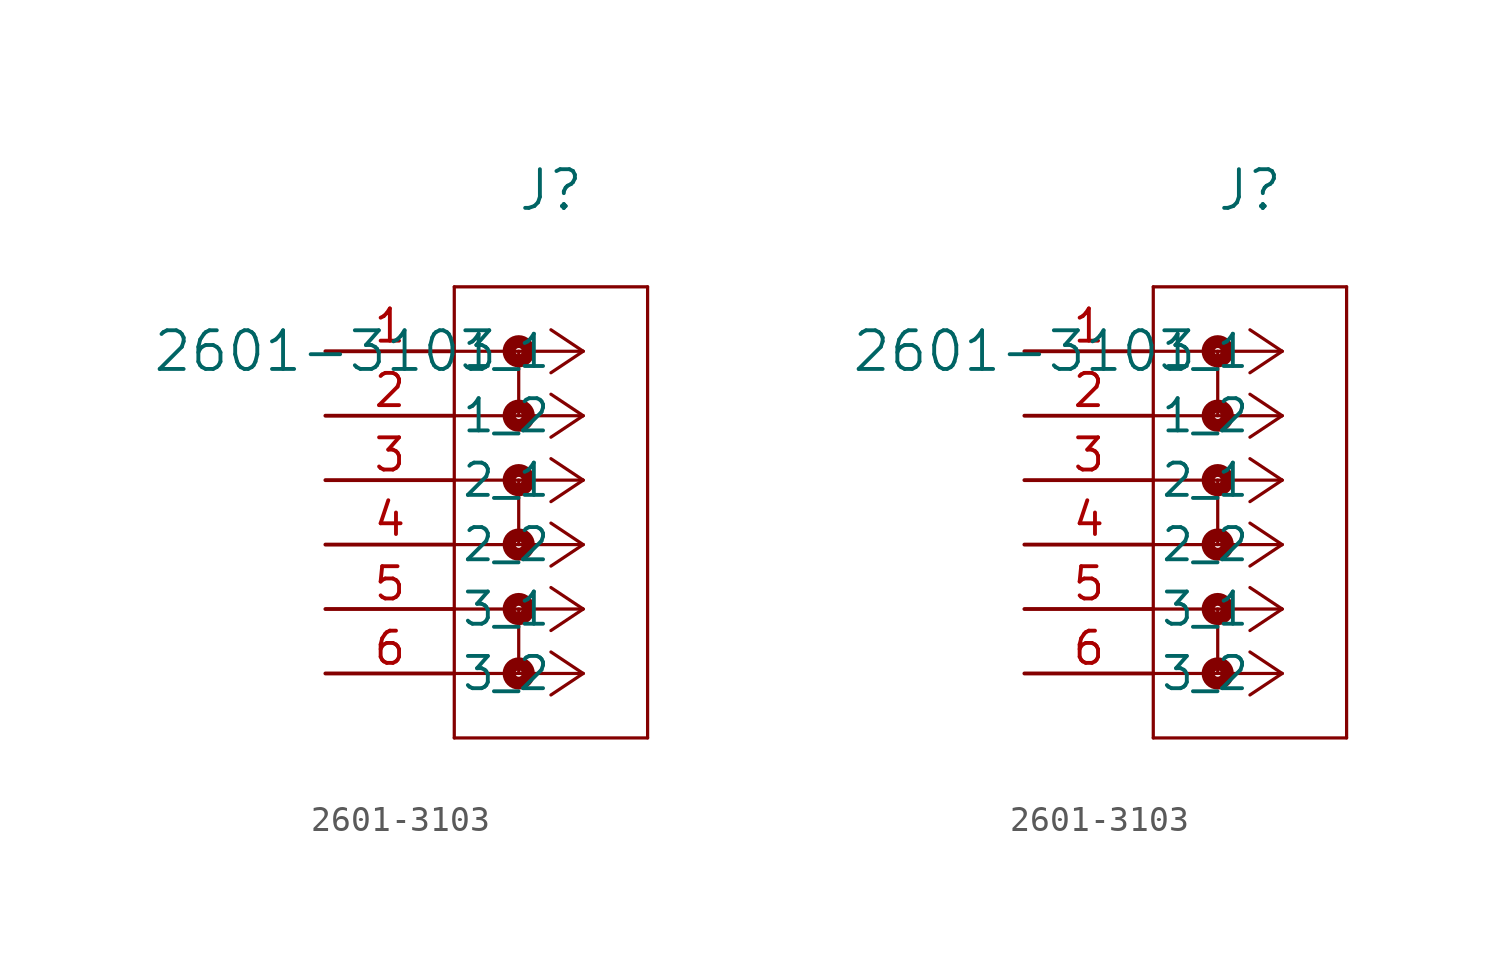
<source format=kicad_sym>
(kicad_symbol_lib
  (version 20211014)
  (generator kicad_symbol_editor)
  (symbol "2601-3103"
    (pin_names
      (offset 0.254))
    (property "Reference" "J"
      (at 8.89 6.35 0)
      (effects (font (size 1.524 1.524))))
    (property "Value" "2601-3103"
      (at 0 0 0)
      (effects (font (size 1.524 1.524))))
    (symbol "2601-3103_1_1"
      (polyline (pts (xy 10.16 0) (xy 5.08 0)) (stroke (width 0.127) (type default) (color 0 0 0 0)) (fill (type none)))
      (polyline (pts (xy 10.16 -2.54) (xy 5.08 -2.54)) (stroke (width 0.127) (type default) (color 0 0 0 0)) (fill (type none)))
      (polyline (pts (xy 10.16 -5.08) (xy 5.08 -5.08)) (stroke (width 0.127) (type default) (color 0 0 0 0)) (fill (type none)))
      (polyline (pts (xy 10.16 -7.62) (xy 5.08 -7.62)) (stroke (width 0.127) (type default) (color 0 0 0 0)) (fill (type none)))
      (polyline (pts (xy 10.16 -10.16) (xy 5.08 -10.16)) (stroke (width 0.127) (type default) (color 0 0 0 0)) (fill (type none)))
      (polyline (pts (xy 10.16 -12.7) (xy 5.08 -12.7)) (stroke (width 0.127) (type default) (color 0 0 0 0)) (fill (type none)))
      (polyline (pts (xy 10.16 0) (xy 8.89 0.847)) (stroke (width 0.127) (type default) (color 0 0 0 0)) (fill (type none)))
      (polyline (pts (xy 10.16 -2.54) (xy 8.89 -1.693)) (stroke (width 0.127) (type default) (color 0 0 0 0)) (fill (type none)))
      (polyline (pts (xy 10.16 -5.08) (xy 8.89 -4.233)) (stroke (width 0.127) (type default) (color 0 0 0 0)) (fill (type none)))
      (polyline (pts (xy 10.16 -7.62) (xy 8.89 -6.773)) (stroke (width 0.127) (type default) (color 0 0 0 0)) (fill (type none)))
      (polyline (pts (xy 10.16 -10.16) (xy 8.89 -9.313)) (stroke (width 0.127) (type default) (color 0 0 0 0)) (fill (type none)))
      (polyline (pts (xy 10.16 -12.7) (xy 8.89 -11.853)) (stroke (width 0.127) (type default) (color 0 0 0 0)) (fill (type none)))
      (polyline (pts (xy 10.16 0) (xy 8.89 -0.847)) (stroke (width 0.127) (type default) (color 0 0 0 0)) (fill (type none)))
      (polyline (pts (xy 10.16 -2.54) (xy 8.89 -3.387)) (stroke (width 0.127) (type default) (color 0 0 0 0)) (fill (type none)))
      (polyline (pts (xy 10.16 -5.08) (xy 8.89 -5.927)) (stroke (width 0.127) (type default) (color 0 0 0 0)) (fill (type none)))
      (polyline (pts (xy 10.16 -7.62) (xy 8.89 -8.467)) (stroke (width 0.127) (type default) (color 0 0 0 0)) (fill (type none)))
      (polyline (pts (xy 10.16 -10.16) (xy 8.89 -11.007)) (stroke (width 0.127) (type default) (color 0 0 0 0)) (fill (type none)))
      (polyline (pts (xy 10.16 -12.7) (xy 8.89 -13.547)) (stroke (width 0.127) (type default) (color 0 0 0 0)) (fill (type none)))
      (polyline (pts (xy 5.08 2.54) (xy 5.08 -15.24)) (stroke (width 0.127) (type default) (color 0 0 0 0)) (fill (type none)))
      (polyline (pts (xy 5.08 -15.24) (xy 12.7 -15.24)) (stroke (width 0.127) (type default) (color 0 0 0 0)) (fill (type none)))
      (polyline (pts (xy 12.7 -15.24) (xy 12.7 2.54)) (stroke (width 0.127) (type default) (color 0 0 0 0)) (fill (type none)))
      (polyline (pts (xy 12.7 2.54) (xy 5.08 2.54)) (stroke (width 0.127) (type default) (color 0 0 0 0)) (fill (type none)))
      (circle (center 7.62 0) (radius 0.127) (stroke (width 0.508) (type default) (color 0 0 0 0)) (fill (type none)))
      (polyline (pts (xy 7.62 0) (xy 7.62 -2.54)) (stroke (width 0.127) (type default) (color 0 0 0 0)) (fill (type none)))
      (circle (center 7.62 -2.54) (radius 0.127) (stroke (width 0.508) (type default) (color 0 0 0 0)) (fill (type none)))
      (circle (center 7.62 -5.08) (radius 0.127) (stroke (width 0.508) (type default) (color 0 0 0 0)) (fill (type none)))
      (polyline (pts (xy 7.62 -5.08) (xy 7.62 -7.62)) (stroke (width 0.127) (type default) (color 0 0 0 0)) (fill (type none)))
      (circle (center 7.62 -7.62) (radius 0.127) (stroke (width 0.508) (type default) (color 0 0 0 0)) (fill (type none)))
      (circle (center 7.62 -10.16) (radius 0.127) (stroke (width 0.508) (type default) (color 0 0 0 0)) (fill (type none)))
      (polyline (pts (xy 7.62 -10.16) (xy 7.62 -12.7)) (stroke (width 0.127) (type default) (color 0 0 0 0)) (fill (type none)))
      (circle (center 7.62 -12.7) (radius 0.127) (stroke (width 0.508) (type default) (color 0 0 0 0)) (fill (type none)))
      (pin unspecified line (at 0 0 0) (length 5.08) (name "1_1" (effects (font (size 1.27 1.27)))) (number "1" (effects (font (size 1.27 1.27)))))
      (pin unspecified line (at 0 -2.54 0) (length 5.08) (name "1_2" (effects (font (size 1.27 1.27)))) (number "2" (effects (font (size 1.27 1.27)))))
      (pin unspecified line (at 0 -5.08 0) (length 5.08) (name "2_1" (effects (font (size 1.27 1.27)))) (number "3" (effects (font (size 1.27 1.27)))))
      (pin unspecified line (at 0 -7.62 0) (length 5.08) (name "2_2" (effects (font (size 1.27 1.27)))) (number "4" (effects (font (size 1.27 1.27)))))
      (pin unspecified line (at 0 -10.16 0) (length 5.08) (name "3_1" (effects (font (size 1.27 1.27)))) (number "5" (effects (font (size 1.27 1.27)))))
      (pin unspecified line (at 0 -12.7 0) (length 5.08) (name "3_2" (effects (font (size 1.27 1.27)))) (number "6" (effects (font (size 1.27 1.27))))))
    (symbol "2601-3103_1_2"
      (polyline (pts (xy 10.16 0) (xy 5.08 0)) (stroke (width 0.127) (type default) (color 0 0 0 0)) (fill (type none)))
      (polyline (pts (xy 10.16 -2.54) (xy 5.08 -2.54)) (stroke (width 0.127) (type default) (color 0 0 0 0)) (fill (type none)))
      (polyline (pts (xy 10.16 -5.08) (xy 5.08 -5.08)) (stroke (width 0.127) (type default) (color 0 0 0 0)) (fill (type none)))
      (polyline (pts (xy 10.16 -7.62) (xy 5.08 -7.62)) (stroke (width 0.127) (type default) (color 0 0 0 0)) (fill (type none)))
      (polyline (pts (xy 10.16 -10.16) (xy 5.08 -10.16)) (stroke (width 0.127) (type default) (color 0 0 0 0)) (fill (type none)))
      (polyline (pts (xy 10.16 -12.7) (xy 5.08 -12.7)) (stroke (width 0.127) (type default) (color 0 0 0 0)) (fill (type none)))
      (polyline (pts (xy 10.16 0) (xy 8.89 0.847)) (stroke (width 0.127) (type default) (color 0 0 0 0)) (fill (type none)))
      (polyline (pts (xy 10.16 -2.54) (xy 8.89 -1.693)) (stroke (width 0.127) (type default) (color 0 0 0 0)) (fill (type none)))
      (polyline (pts (xy 10.16 -5.08) (xy 8.89 -4.233)) (stroke (width 0.127) (type default) (color 0 0 0 0)) (fill (type none)))
      (polyline (pts (xy 10.16 -7.62) (xy 8.89 -6.773)) (stroke (width 0.127) (type default) (color 0 0 0 0)) (fill (type none)))
      (polyline (pts (xy 10.16 -10.16) (xy 8.89 -9.313)) (stroke (width 0.127) (type default) (color 0 0 0 0)) (fill (type none)))
      (polyline (pts (xy 10.16 -12.7) (xy 8.89 -11.853)) (stroke (width 0.127) (type default) (color 0 0 0 0)) (fill (type none)))
      (polyline (pts (xy 10.16 0) (xy 8.89 -0.847)) (stroke (width 0.127) (type default) (color 0 0 0 0)) (fill (type none)))
      (polyline (pts (xy 10.16 -2.54) (xy 8.89 -3.387)) (stroke (width 0.127) (type default) (color 0 0 0 0)) (fill (type none)))
      (polyline (pts (xy 10.16 -5.08) (xy 8.89 -5.927)) (stroke (width 0.127) (type default) (color 0 0 0 0)) (fill (type none)))
      (polyline (pts (xy 10.16 -7.62) (xy 8.89 -8.467)) (stroke (width 0.127) (type default) (color 0 0 0 0)) (fill (type none)))
      (polyline (pts (xy 10.16 -10.16) (xy 8.89 -11.007)) (stroke (width 0.127) (type default) (color 0 0 0 0)) (fill (type none)))
      (polyline (pts (xy 10.16 -12.7) (xy 8.89 -13.547)) (stroke (width 0.127) (type default) (color 0 0 0 0)) (fill (type none)))
      (polyline (pts (xy 5.08 2.54) (xy 5.08 -15.24)) (stroke (width 0.127) (type default) (color 0 0 0 0)) (fill (type none)))
      (polyline (pts (xy 5.08 -15.24) (xy 12.7 -15.24)) (stroke (width 0.127) (type default) (color 0 0 0 0)) (fill (type none)))
      (polyline (pts (xy 12.7 -15.24) (xy 12.7 2.54)) (stroke (width 0.127) (type default) (color 0 0 0 0)) (fill (type none)))
      (polyline (pts (xy 12.7 2.54) (xy 5.08 2.54)) (stroke (width 0.127) (type default) (color 0 0 0 0)) (fill (type none)))
      (circle (center 7.62 0) (radius 0.127) (stroke (width 0.508) (type default) (color 0 0 0 0)) (fill (type none)))
      (polyline (pts (xy 7.62 0) (xy 7.62 -2.54)) (stroke (width 0.127) (type default) (color 0 0 0 0)) (fill (type none)))
      (circle (center 7.62 -2.54) (radius 0.127) (stroke (width 0.508) (type default) (color 0 0 0 0)) (fill (type none)))
      (circle (center 7.62 -5.08) (radius 0.127) (stroke (width 0.508) (type default) (color 0 0 0 0)) (fill (type none)))
      (polyline (pts (xy 7.62 -5.08) (xy 7.62 -7.62)) (stroke (width 0.127) (type default) (color 0 0 0 0)) (fill (type none)))
      (circle (center 7.62 -7.62) (radius 0.127) (stroke (width 0.508) (type default) (color 0 0 0 0)) (fill (type none)))
      (circle (center 7.62 -10.16) (radius 0.127) (stroke (width 0.508) (type default) (color 0 0 0 0)) (fill (type none)))
      (polyline (pts (xy 7.62 -10.16) (xy 7.62 -12.7)) (stroke (width 0.127) (type default) (color 0 0 0 0)) (fill (type none)))
      (circle (center 7.62 -12.7) (radius 0.127) (stroke (width 0.508) (type default) (color 0 0 0 0)) (fill (type none)))
      (pin unspecified line (at 0 0 0) (length 5.08) (name "1_1" (effects (font (size 1.27 1.27)))) (number "1" (effects (font (size 1.27 1.27)))))
      (pin unspecified line (at 0 -2.54 0) (length 5.08) (name "1_2" (effects (font (size 1.27 1.27)))) (number "2" (effects (font (size 1.27 1.27)))))
      (pin unspecified line (at 0 -5.08 0) (length 5.08) (name "2_1" (effects (font (size 1.27 1.27)))) (number "3" (effects (font (size 1.27 1.27)))))
      (pin unspecified line (at 0 -7.62 0) (length 5.08) (name "2_2" (effects (font (size 1.27 1.27)))) (number "4" (effects (font (size 1.27 1.27)))))
      (pin unspecified line (at 0 -10.16 0) (length 5.08) (name "3_1" (effects (font (size 1.27 1.27)))) (number "5" (effects (font (size 1.27 1.27)))))
      (pin unspecified line (at 0 -12.7 0) (length 5.08) (name "3_2" (effects (font (size 1.27 1.27)))) (number "6" (effects (font (size 1.27 1.27))))))))
</source>
